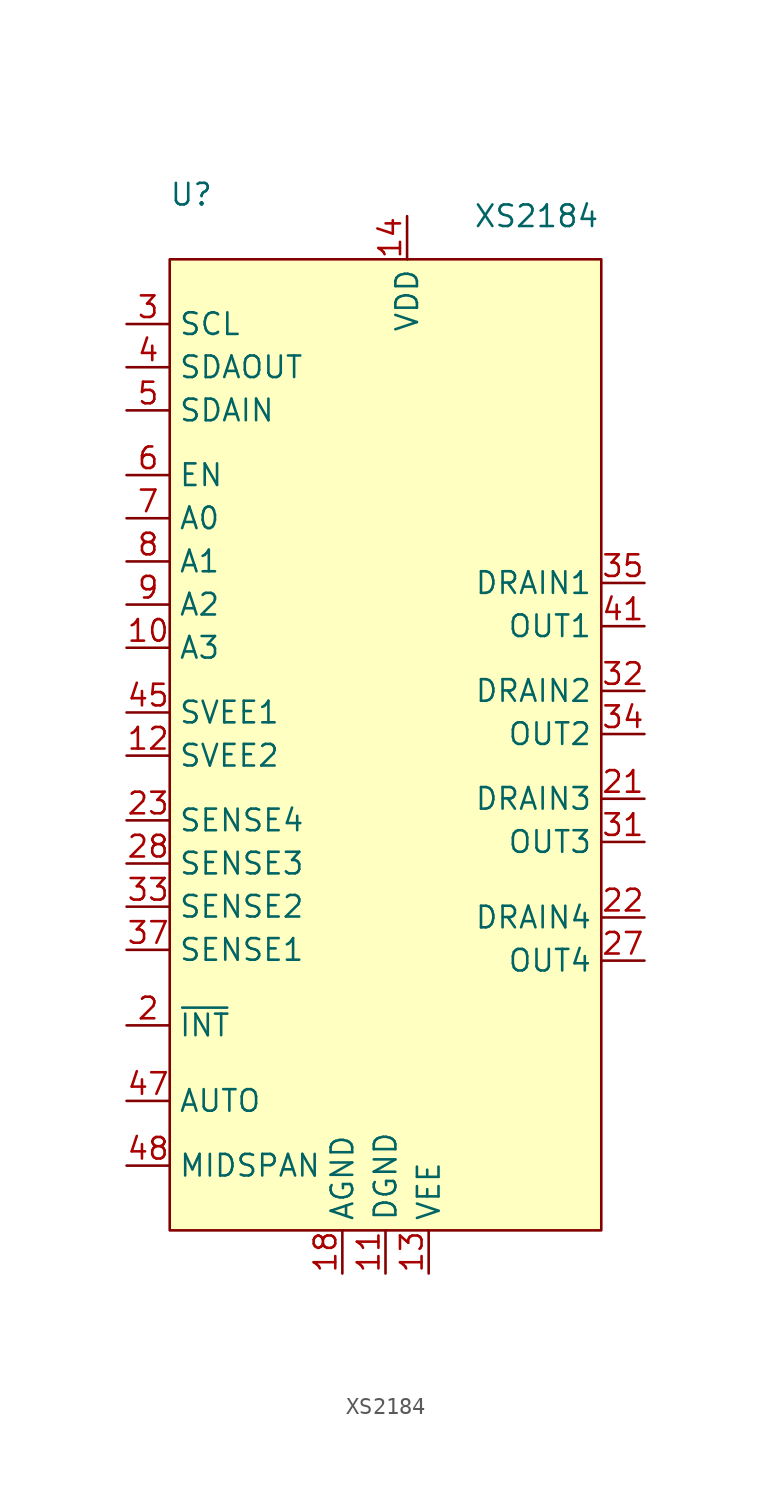
<source format=kicad_sym>
(kicad_symbol_lib
  (version 20231120)
  (generator "kicad_symbol_editor")
  (generator_version "8.0")
  (symbol "XS2184"
    (property "Reference" "U"
      (at -12.065 32.385 0)
      (effects (font (size 1.27 1.27))))
    (property "Value" "XS2184"
      (at 8.255 31.115 0)
      (do_not_autoplace)
      (effects (font (size 1.27 1.27))))
    (symbol "XS2184_1_1"
      (rectangle (start -13.335 28.575) (end 12.065 -28.575) (stroke (width 0) (type default)) (fill (type background)))
      (pin no_connect line (at -5.715 -31.115 90) (length 2.54) hide (name "N.C." (effects (font (size 1.27 1.27)))) (number "1" (effects (font (size 1.27 1.27)))))
      (pin input line (at -15.875 5.715 0) (length 2.54) (name "A3" (effects (font (size 1.27 1.27)))) (number "10" (effects (font (size 1.27 1.27)))))
      (pin power_in line (at -0.635 -31.115 90) (length 2.54) (name "DGND" (effects (font (size 1.27 1.27)))) (number "11" (effects (font (size 1.27 1.27)))))
      (pin input line (at -15.875 -0.635 0) (length 2.54) (name "SVEE2" (effects (font (size 1.27 1.27)))) (number "12" (effects (font (size 1.27 1.27)))))
      (pin power_in line (at 1.905 -31.115 90) (length 2.54) (name "VEE" (effects (font (size 1.27 1.27)))) (number "13" (effects (font (size 1.27 1.27)))))
      (pin power_in line (at 0.635 31.115 270) (length 2.54) (name "VDD" (effects (font (size 1.27 1.27)))) (number "14" (effects (font (size 1.27 1.27)))))
      (pin no_connect line (at -5.715 -31.115 90) (length 2.54) hide (name "N.C." (effects (font (size 1.27 1.27)))) (number "15" (effects (font (size 1.27 1.27)))))
      (pin no_connect line (at -5.715 -31.115 90) (length 2.54) hide (name "N.C." (effects (font (size 1.27 1.27)))) (number "16" (effects (font (size 1.27 1.27)))))
      (pin no_connect line (at -5.715 -31.115 90) (length 2.54) hide (name "N.C." (effects (font (size 1.27 1.27)))) (number "17" (effects (font (size 1.27 1.27)))))
      (pin power_in line (at -3.175 -31.115 90) (length 2.54) (name "AGND" (effects (font (size 1.27 1.27)))) (number "18" (effects (font (size 1.27 1.27)))))
      (pin no_connect line (at -5.715 -31.115 90) (length 2.54) hide (name "N.C." (effects (font (size 1.27 1.27)))) (number "19" (effects (font (size 1.27 1.27)))))
      (pin input line (at -15.875 -16.51 0) (length 2.54) (name "~{INT}" (effects (font (size 1.27 1.27)))) (number "2" (effects (font (size 1.27 1.27)))))
      (pin no_connect line (at -5.715 -31.115 90) (length 2.54) hide (name "N.C." (effects (font (size 1.27 1.27)))) (number "20" (effects (font (size 1.27 1.27)))))
      (pin output line (at 14.605 -3.175 180) (length 2.54) (name "DRAIN3" (effects (font (size 1.27 1.27)))) (number "21" (effects (font (size 1.27 1.27)))))
      (pin output line (at 14.605 -10.16 180) (length 2.54) (name "DRAIN4" (effects (font (size 1.27 1.27)))) (number "22" (effects (font (size 1.27 1.27)))))
      (pin input line (at -15.875 -4.445 0) (length 2.54) (name "SENSE4" (effects (font (size 1.27 1.27)))) (number "23" (effects (font (size 1.27 1.27)))))
      (pin no_connect line (at -5.715 -31.115 90) (length 2.54) hide (name "N.C." (effects (font (size 1.27 1.27)))) (number "24" (effects (font (size 1.27 1.27)))))
      (pin output line (at 14.605 -10.16 180) (length 2.54) hide (name "DRAIN4" (effects (font (size 1.27 1.27)))) (number "25" (effects (font (size 1.27 1.27)))))
      (pin output line (at 14.605 -10.16 180) (length 2.54) hide (name "DRAIN4" (effects (font (size 1.27 1.27)))) (number "26" (effects (font (size 1.27 1.27)))))
      (pin input line (at 14.605 -12.7 180) (length 2.54) (name "OUT4" (effects (font (size 1.27 1.27)))) (number "27" (effects (font (size 1.27 1.27)))))
      (pin input line (at -15.875 -6.985 0) (length 2.54) (name "SENSE3" (effects (font (size 1.27 1.27)))) (number "28" (effects (font (size 1.27 1.27)))))
      (pin output line (at 14.605 -3.175 180) (length 2.54) hide (name "DRAIN3" (effects (font (size 1.27 1.27)))) (number "29" (effects (font (size 1.27 1.27)))))
      (pin input line (at -15.875 24.765 0) (length 2.54) (name "SCL" (effects (font (size 1.27 1.27)))) (number "3" (effects (font (size 1.27 1.27)))))
      (pin output line (at 14.605 -3.175 180) (length 2.54) hide (name "DRAIN3" (effects (font (size 1.27 1.27)))) (number "30" (effects (font (size 1.27 1.27)))))
      (pin input line (at 14.605 -5.715 180) (length 2.54) (name "OUT3" (effects (font (size 1.27 1.27)))) (number "31" (effects (font (size 1.27 1.27)))))
      (pin output line (at 14.605 3.175 180) (length 2.54) (name "DRAIN2" (effects (font (size 1.27 1.27)))) (number "32" (effects (font (size 1.27 1.27)))))
      (pin input line (at -15.875 -9.525 0) (length 2.54) (name "SENSE2" (effects (font (size 1.27 1.27)))) (number "33" (effects (font (size 1.27 1.27)))))
      (pin input line (at 14.605 0.635 180) (length 2.54) (name "OUT2" (effects (font (size 1.27 1.27)))) (number "34" (effects (font (size 1.27 1.27)))))
      (pin output line (at 14.605 9.525 180) (length 2.54) (name "DRAIN1" (effects (font (size 1.27 1.27)))) (number "35" (effects (font (size 1.27 1.27)))))
      (pin output line (at 14.605 9.525 180) (length 2.54) hide (name "DRAIN1" (effects (font (size 1.27 1.27)))) (number "36" (effects (font (size 1.27 1.27)))))
      (pin input line (at -15.875 -12.065 0) (length 2.54) (name "SENSE1" (effects (font (size 1.27 1.27)))) (number "37" (effects (font (size 1.27 1.27)))))
      (pin no_connect line (at -5.715 -31.115 90) (length 2.54) hide (name "N.C." (effects (font (size 1.27 1.27)))) (number "38" (effects (font (size 1.27 1.27)))))
      (pin output line (at 14.605 9.525 180) (length 2.54) hide (name "DRAIN1" (effects (font (size 1.27 1.27)))) (number "39" (effects (font (size 1.27 1.27)))))
      (pin output line (at -15.875 22.225 0) (length 2.54) (name "SDAOUT" (effects (font (size 1.27 1.27)))) (number "4" (effects (font (size 1.27 1.27)))))
      (pin output line (at 14.605 3.175 180) (length 2.54) hide (name "DRAIN2" (effects (font (size 1.27 1.27)))) (number "40" (effects (font (size 1.27 1.27)))))
      (pin input line (at 14.605 6.985 180) (length 2.54) (name "OUT1" (effects (font (size 1.27 1.27)))) (number "41" (effects (font (size 1.27 1.27)))))
      (pin no_connect line (at -5.715 -31.115 90) (length 2.54) hide (name "N.C." (effects (font (size 1.27 1.27)))) (number "42" (effects (font (size 1.27 1.27)))))
      (pin no_connect line (at -5.715 -31.115 90) (length 2.54) hide (name "N.C." (effects (font (size 1.27 1.27)))) (number "43" (effects (font (size 1.27 1.27)))))
      (pin no_connect line (at -5.715 -31.115 90) (length 2.54) hide (name "N.C." (effects (font (size 1.27 1.27)))) (number "44" (effects (font (size 1.27 1.27)))))
      (pin input line (at -15.875 1.905 0) (length 2.54) (name "SVEE1" (effects (font (size 1.27 1.27)))) (number "45" (effects (font (size 1.27 1.27)))))
      (pin no_connect line (at -5.715 -31.115 90) (length 2.54) hide (name "N.C." (effects (font (size 1.27 1.27)))) (number "46" (effects (font (size 1.27 1.27)))))
      (pin input line (at -15.875 -20.955 0) (length 2.54) (name "AUTO" (effects (font (size 1.27 1.27)))) (number "47" (effects (font (size 1.27 1.27)))))
      (pin input line (at -15.875 -24.765 0) (length 2.54) (name "MIDSPAN" (effects (font (size 1.27 1.27)))) (number "48" (effects (font (size 1.27 1.27)))))
      (pin power_in line (at 1.905 -31.115 90) (length 2.54) hide (name "VEE_BTM" (effects (font (size 1.27 1.27)))) (number "49" (effects (font (size 1.27 1.27)))))
      (pin input line (at -15.875 19.685 0) (length 2.54) (name "SDAIN" (effects (font (size 1.27 1.27)))) (number "5" (effects (font (size 1.27 1.27)))))
      (pin output line (at 14.605 9.525 180) (length 2.54) hide (name "DRAIN1_BTM" (effects (font (size 1.27 1.27)))) (number "50" (effects (font (size 1.27 1.27)))))
      (pin output line (at 14.605 3.175 180) (length 2.54) hide (name "DRAIN2_BTM" (effects (font (size 1.27 1.27)))) (number "51" (effects (font (size 1.27 1.27)))))
      (pin output line (at 14.605 -3.175 180) (length 2.54) hide (name "DRAIN3_BTM" (effects (font (size 1.27 1.27)))) (number "52" (effects (font (size 1.27 1.27)))))
      (pin output line (at 14.605 -10.16 180) (length 2.54) hide (name "DRAIN4_BTM" (effects (font (size 1.27 1.27)))) (number "53" (effects (font (size 1.27 1.27)))))
      (pin input line (at -15.875 15.875 0) (length 2.54) (name "EN" (effects (font (size 1.27 1.27)))) (number "6" (effects (font (size 1.27 1.27)))))
      (pin input line (at -15.875 13.335 0) (length 2.54) (name "A0" (effects (font (size 1.27 1.27)))) (number "7" (effects (font (size 1.27 1.27)))))
      (pin input line (at -15.875 10.795 0) (length 2.54) (name "A1" (effects (font (size 1.27 1.27)))) (number "8" (effects (font (size 1.27 1.27)))))
      (pin input line (at -15.875 8.255 0) (length 2.54) (name "A2" (effects (font (size 1.27 1.27)))) (number "9" (effects (font (size 1.27 1.27))))))))
</source>
